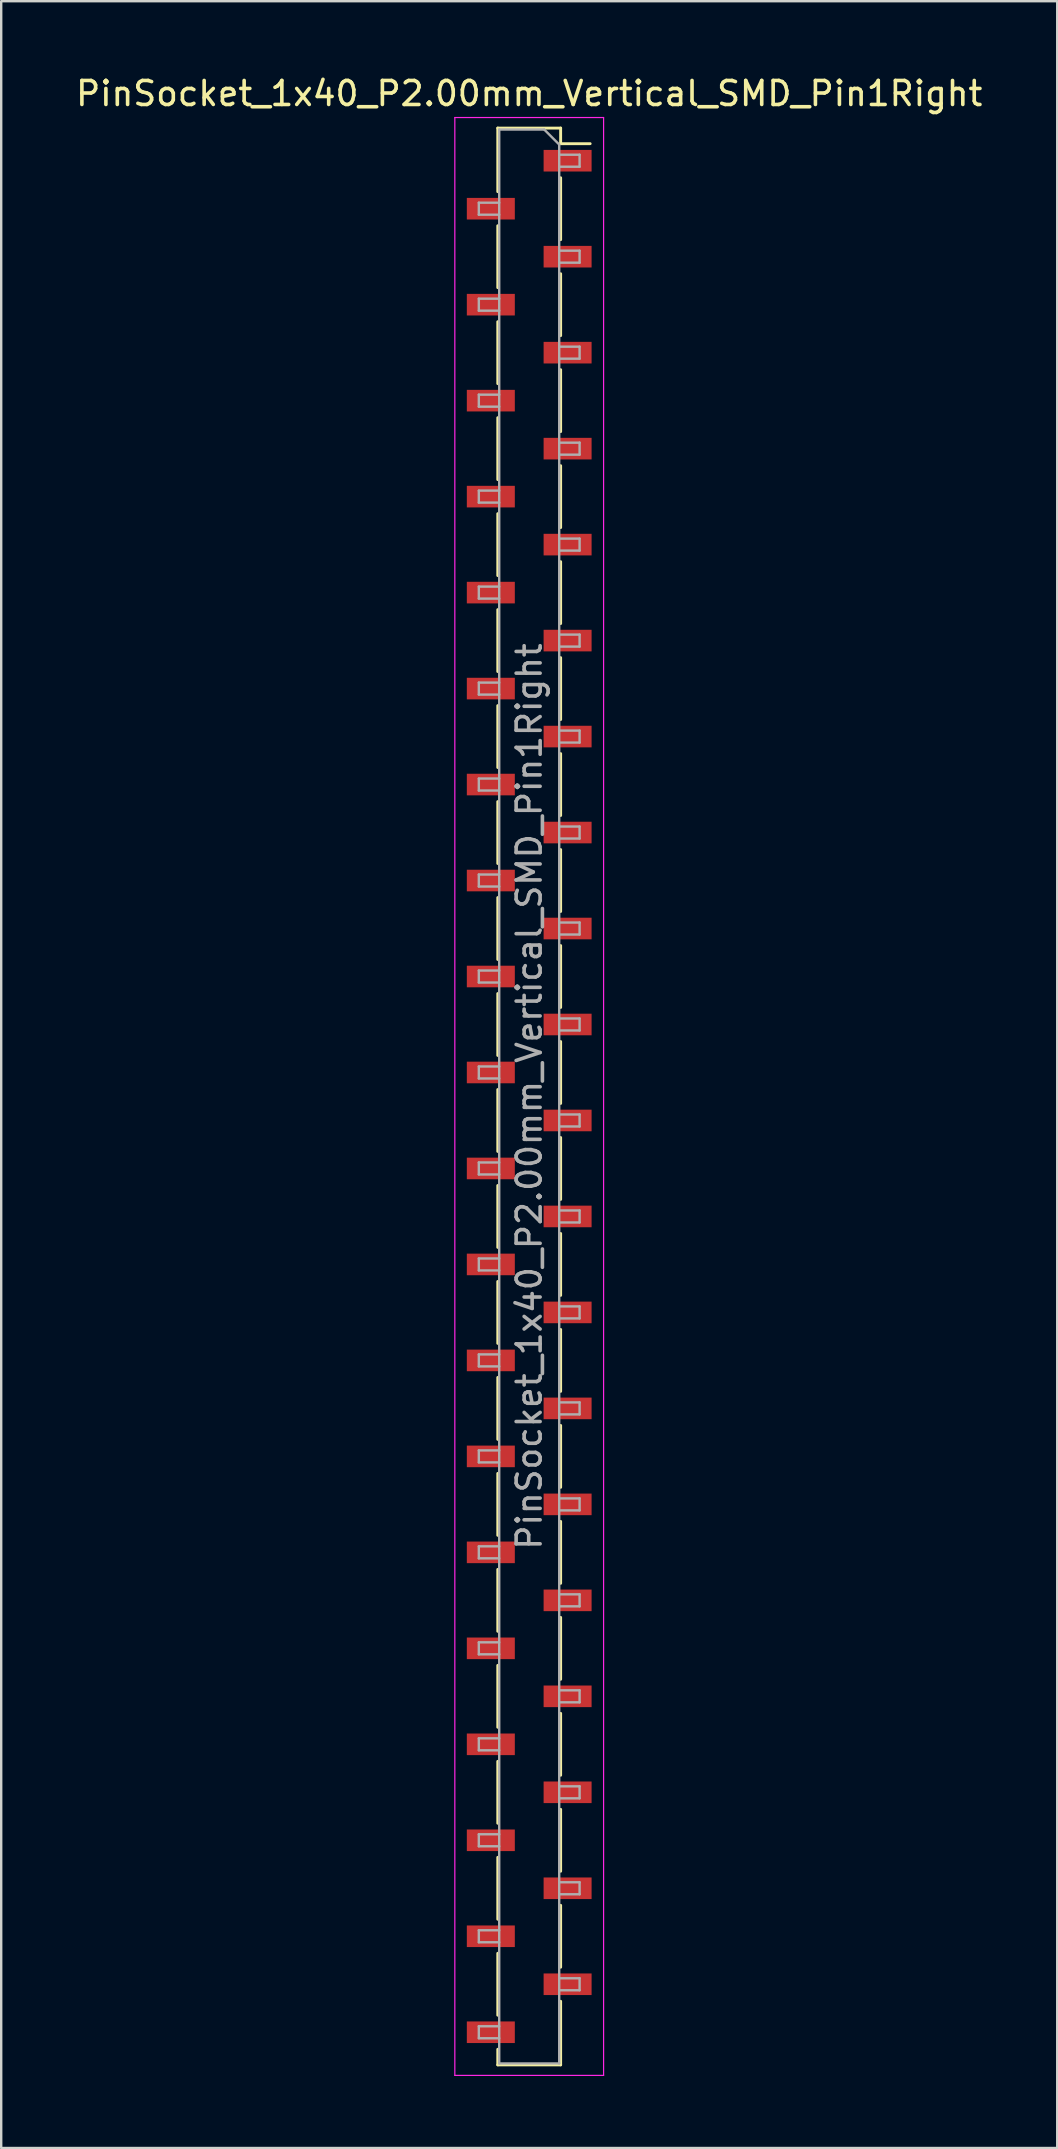
<source format=kicad_pcb>
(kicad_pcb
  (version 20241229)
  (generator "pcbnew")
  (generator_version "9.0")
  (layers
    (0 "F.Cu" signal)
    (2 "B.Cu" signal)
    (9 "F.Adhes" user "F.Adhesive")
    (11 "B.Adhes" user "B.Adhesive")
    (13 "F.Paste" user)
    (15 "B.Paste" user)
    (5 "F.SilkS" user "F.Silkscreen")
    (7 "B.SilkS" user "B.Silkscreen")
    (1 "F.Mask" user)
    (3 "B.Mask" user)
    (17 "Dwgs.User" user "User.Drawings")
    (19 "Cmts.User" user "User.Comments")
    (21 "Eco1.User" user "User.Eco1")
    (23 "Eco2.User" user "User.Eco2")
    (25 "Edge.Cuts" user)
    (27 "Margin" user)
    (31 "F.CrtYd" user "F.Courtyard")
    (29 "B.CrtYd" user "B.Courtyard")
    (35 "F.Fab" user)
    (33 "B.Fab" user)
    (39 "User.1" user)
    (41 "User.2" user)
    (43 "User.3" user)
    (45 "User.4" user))
  (footprint "PinSocket_1x40_P2.00mm_Vertical_SMD_Pin1Right"
    (layer "F.Cu")
    (at 19.006 42.648)
    (property "Reference" "PinSocket_1x40_P2.00mm_Vertical_SMD_Pin1Right" (at 0 -41.8 0) (layer "F.SilkS") (effects (font (size 1 1) (thickness 0.15))))
    (attr smd)
    (fp_line (start -1.31 -40.36) (end -1.31 -37.71) (stroke (width 0.12) (type solid)) (layer "F.SilkS"))
    (fp_line (start -1.31 -40.36) (end 1.31 -40.36) (stroke (width 0.12) (type solid)) (layer "F.SilkS"))
    (fp_line (start -1.31 -36.29) (end -1.31 -33.71) (stroke (width 0.12) (type solid)) (layer "F.SilkS"))
    (fp_line (start -1.31 -32.29) (end -1.31 -29.71) (stroke (width 0.12) (type solid)) (layer "F.SilkS"))
    (fp_line (start -1.31 -28.29) (end -1.31 -25.71) (stroke (width 0.12) (type solid)) (layer "F.SilkS"))
    (fp_line (start -1.31 -24.29) (end -1.31 -21.71) (stroke (width 0.12) (type solid)) (layer "F.SilkS"))
    (fp_line (start -1.31 -20.29) (end -1.31 -17.71) (stroke (width 0.12) (type solid)) (layer "F.SilkS"))
    (fp_line (start -1.31 -16.29) (end -1.31 -13.71) (stroke (width 0.12) (type solid)) (layer "F.SilkS"))
    (fp_line (start -1.31 -12.29) (end -1.31 -9.71) (stroke (width 0.12) (type solid)) (layer "F.SilkS"))
    (fp_line (start -1.31 -8.29) (end -1.31 -5.71) (stroke (width 0.12) (type solid)) (layer "F.SilkS"))
    (fp_line (start -1.31 -4.29) (end -1.31 -1.71) (stroke (width 0.12) (type solid)) (layer "F.SilkS"))
    (fp_line (start -1.31 -0.29) (end -1.31 2.29) (stroke (width 0.12) (type solid)) (layer "F.SilkS"))
    (fp_line (start -1.31 3.71) (end -1.31 6.29) (stroke (width 0.12) (type solid)) (layer "F.SilkS"))
    (fp_line (start -1.31 7.71) (end -1.31 10.29) (stroke (width 0.12) (type solid)) (layer "F.SilkS"))
    (fp_line (start -1.31 11.71) (end -1.31 14.29) (stroke (width 0.12) (type solid)) (layer "F.SilkS"))
    (fp_line (start -1.31 15.71) (end -1.31 18.29) (stroke (width 0.12) (type solid)) (layer "F.SilkS"))
    (fp_line (start -1.31 19.71) (end -1.31 22.29) (stroke (width 0.12) (type solid)) (layer "F.SilkS"))
    (fp_line (start -1.31 23.71) (end -1.31 26.29) (stroke (width 0.12) (type solid)) (layer "F.SilkS"))
    (fp_line (start -1.31 27.71) (end -1.31 30.29) (stroke (width 0.12) (type solid)) (layer "F.SilkS"))
    (fp_line (start -1.31 31.71) (end -1.31 34.29) (stroke (width 0.12) (type solid)) (layer "F.SilkS"))
    (fp_line (start -1.31 35.71) (end -1.31 38.29) (stroke (width 0.12) (type solid)) (layer "F.SilkS"))
    (fp_line (start -1.31 39.71) (end -1.31 40.36) (stroke (width 0.12) (type solid)) (layer "F.SilkS"))
    (fp_line (start -1.31 40.36) (end 1.31 40.36) (stroke (width 0.12) (type solid)) (layer "F.SilkS"))
    (fp_line (start 1.31 -40.36) (end 1.31 -39.71) (stroke (width 0.12) (type solid)) (layer "F.SilkS"))
    (fp_line (start 1.31 -39.71) (end 2.54 -39.71) (stroke (width 0.12) (type solid)) (layer "F.SilkS"))
    (fp_line (start 1.31 -38.29) (end 1.31 -35.71) (stroke (width 0.12) (type solid)) (layer "F.SilkS"))
    (fp_line (start 1.31 -34.29) (end 1.31 -31.71) (stroke (width 0.12) (type solid)) (layer "F.SilkS"))
    (fp_line (start 1.31 -30.29) (end 1.31 -27.71) (stroke (width 0.12) (type solid)) (layer "F.SilkS"))
    (fp_line (start 1.31 -26.29) (end 1.31 -23.71) (stroke (width 0.12) (type solid)) (layer "F.SilkS"))
    (fp_line (start 1.31 -22.29) (end 1.31 -19.71) (stroke (width 0.12) (type solid)) (layer "F.SilkS"))
    (fp_line (start 1.31 -18.29) (end 1.31 -15.71) (stroke (width 0.12) (type solid)) (layer "F.SilkS"))
    (fp_line (start 1.31 -14.29) (end 1.31 -11.71) (stroke (width 0.12) (type solid)) (layer "F.SilkS"))
    (fp_line (start 1.31 -10.29) (end 1.31 -7.71) (stroke (width 0.12) (type solid)) (layer "F.SilkS"))
    (fp_line (start 1.31 -6.29) (end 1.31 -3.71) (stroke (width 0.12) (type solid)) (layer "F.SilkS"))
    (fp_line (start 1.31 -2.29) (end 1.31 0.29) (stroke (width 0.12) (type solid)) (layer "F.SilkS"))
    (fp_line (start 1.31 1.71) (end 1.31 4.29) (stroke (width 0.12) (type solid)) (layer "F.SilkS"))
    (fp_line (start 1.31 5.71) (end 1.31 8.29) (stroke (width 0.12) (type solid)) (layer "F.SilkS"))
    (fp_line (start 1.31 9.71) (end 1.31 12.29) (stroke (width 0.12) (type solid)) (layer "F.SilkS"))
    (fp_line (start 1.31 13.71) (end 1.31 16.29) (stroke (width 0.12) (type solid)) (layer "F.SilkS"))
    (fp_line (start 1.31 17.71) (end 1.31 20.29) (stroke (width 0.12) (type solid)) (layer "F.SilkS"))
    (fp_line (start 1.31 21.71) (end 1.31 24.29) (stroke (width 0.12) (type solid)) (layer "F.SilkS"))
    (fp_line (start 1.31 25.71) (end 1.31 28.29) (stroke (width 0.12) (type solid)) (layer "F.SilkS"))
    (fp_line (start 1.31 29.71) (end 1.31 32.29) (stroke (width 0.12) (type solid)) (layer "F.SilkS"))
    (fp_line (start 1.31 33.71) (end 1.31 36.29) (stroke (width 0.12) (type solid)) (layer "F.SilkS"))
    (fp_line (start 1.31 37.71) (end 1.31 40.36) (stroke (width 0.12) (type solid)) (layer "F.SilkS"))
    (fp_line (start -3.1 -40.8) (end 3.1 -40.8) (stroke (width 0.05) (type solid)) (layer "F.CrtYd"))
    (fp_line (start -3.1 40.8) (end -3.1 -40.8) (stroke (width 0.05) (type solid)) (layer "F.CrtYd"))
    (fp_line (start 3.1 -40.8) (end 3.1 40.8) (stroke (width 0.05) (type solid)) (layer "F.CrtYd"))
    (fp_line (start 3.1 40.8) (end -3.1 40.8) (stroke (width 0.05) (type solid)) (layer "F.CrtYd"))
    (fp_line (start -2.1 -37.25) (end -1.25 -37.25) (stroke (width 0.1) (type solid)) (layer "F.Fab"))
    (fp_line (start -2.1 -36.75) (end -2.1 -37.25) (stroke (width 0.1) (type solid)) (layer "F.Fab"))
    (fp_line (start -2.1 -33.25) (end -1.25 -33.25) (stroke (width 0.1) (type solid)) (layer "F.Fab"))
    (fp_line (start -2.1 -32.75) (end -2.1 -33.25) (stroke (width 0.1) (type solid)) (layer "F.Fab"))
    (fp_line (start -2.1 -29.25) (end -1.25 -29.25) (stroke (width 0.1) (type solid)) (layer "F.Fab"))
    (fp_line (start -2.1 -28.75) (end -2.1 -29.25) (stroke (width 0.1) (type solid)) (layer "F.Fab"))
    (fp_line (start -2.1 -25.25) (end -1.25 -25.25) (stroke (width 0.1) (type solid)) (layer "F.Fab"))
    (fp_line (start -2.1 -24.75) (end -2.1 -25.25) (stroke (width 0.1) (type solid)) (layer "F.Fab"))
    (fp_line (start -2.1 -21.25) (end -1.25 -21.25) (stroke (width 0.1) (type solid)) (layer "F.Fab"))
    (fp_line (start -2.1 -20.75) (end -2.1 -21.25) (stroke (width 0.1) (type solid)) (layer "F.Fab"))
    (fp_line (start -2.1 -17.25) (end -1.25 -17.25) (stroke (width 0.1) (type solid)) (layer "F.Fab"))
    (fp_line (start -2.1 -16.75) (end -2.1 -17.25) (stroke (width 0.1) (type solid)) (layer "F.Fab"))
    (fp_line (start -2.1 -13.25) (end -1.25 -13.25) (stroke (width 0.1) (type solid)) (layer "F.Fab"))
    (fp_line (start -2.1 -12.75) (end -2.1 -13.25) (stroke (width 0.1) (type solid)) (layer "F.Fab"))
    (fp_line (start -2.1 -9.25) (end -1.25 -9.25) (stroke (width 0.1) (type solid)) (layer "F.Fab"))
    (fp_line (start -2.1 -8.75) (end -2.1 -9.25) (stroke (width 0.1) (type solid)) (layer "F.Fab"))
    (fp_line (start -2.1 -5.25) (end -1.25 -5.25) (stroke (width 0.1) (type solid)) (layer "F.Fab"))
    (fp_line (start -2.1 -4.75) (end -2.1 -5.25) (stroke (width 0.1) (type solid)) (layer "F.Fab"))
    (fp_line (start -2.1 -1.25) (end -1.25 -1.25) (stroke (width 0.1) (type solid)) (layer "F.Fab"))
    (fp_line (start -2.1 -0.75) (end -2.1 -1.25) (stroke (width 0.1) (type solid)) (layer "F.Fab"))
    (fp_line (start -2.1 2.75) (end -1.25 2.75) (stroke (width 0.1) (type solid)) (layer "F.Fab"))
    (fp_line (start -2.1 3.25) (end -2.1 2.75) (stroke (width 0.1) (type solid)) (layer "F.Fab"))
    (fp_line (start -2.1 6.75) (end -1.25 6.75) (stroke (width 0.1) (type solid)) (layer "F.Fab"))
    (fp_line (start -2.1 7.25) (end -2.1 6.75) (stroke (width 0.1) (type solid)) (layer "F.Fab"))
    (fp_line (start -2.1 10.75) (end -1.25 10.75) (stroke (width 0.1) (type solid)) (layer "F.Fab"))
    (fp_line (start -2.1 11.25) (end -2.1 10.75) (stroke (width 0.1) (type solid)) (layer "F.Fab"))
    (fp_line (start -2.1 14.75) (end -1.25 14.75) (stroke (width 0.1) (type solid)) (layer "F.Fab"))
    (fp_line (start -2.1 15.25) (end -2.1 14.75) (stroke (width 0.1) (type solid)) (layer "F.Fab"))
    (fp_line (start -2.1 18.75) (end -1.25 18.75) (stroke (width 0.1) (type solid)) (layer "F.Fab"))
    (fp_line (start -2.1 19.25) (end -2.1 18.75) (stroke (width 0.1) (type solid)) (layer "F.Fab"))
    (fp_line (start -2.1 22.75) (end -1.25 22.75) (stroke (width 0.1) (type solid)) (layer "F.Fab"))
    (fp_line (start -2.1 23.25) (end -2.1 22.75) (stroke (width 0.1) (type solid)) (layer "F.Fab"))
    (fp_line (start -2.1 26.75) (end -1.25 26.75) (stroke (width 0.1) (type solid)) (layer "F.Fab"))
    (fp_line (start -2.1 27.25) (end -2.1 26.75) (stroke (width 0.1) (type solid)) (layer "F.Fab"))
    (fp_line (start -2.1 30.75) (end -1.25 30.75) (stroke (width 0.1) (type solid)) (layer "F.Fab"))
    (fp_line (start -2.1 31.25) (end -2.1 30.75) (stroke (width 0.1) (type solid)) (layer "F.Fab"))
    (fp_line (start -2.1 34.75) (end -1.25 34.75) (stroke (width 0.1) (type solid)) (layer "F.Fab"))
    (fp_line (start -2.1 35.25) (end -2.1 34.75) (stroke (width 0.1) (type solid)) (layer "F.Fab"))
    (fp_line (start -2.1 38.75) (end -1.25 38.75) (stroke (width 0.1) (type solid)) (layer "F.Fab"))
    (fp_line (start -2.1 39.25) (end -2.1 38.75) (stroke (width 0.1) (type solid)) (layer "F.Fab"))
    (fp_line (start -1.25 -40.3) (end 0.625 -40.3) (stroke (width 0.1) (type solid)) (layer "F.Fab"))
    (fp_line (start -1.25 -36.75) (end -2.1 -36.75) (stroke (width 0.1) (type solid)) (layer "F.Fab"))
    (fp_line (start -1.25 -32.75) (end -2.1 -32.75) (stroke (width 0.1) (type solid)) (layer "F.Fab"))
    (fp_line (start -1.25 -28.75) (end -2.1 -28.75) (stroke (width 0.1) (type solid)) (layer "F.Fab"))
    (fp_line (start -1.25 -24.75) (end -2.1 -24.75) (stroke (width 0.1) (type solid)) (layer "F.Fab"))
    (fp_line (start -1.25 -20.75) (end -2.1 -20.75) (stroke (width 0.1) (type solid)) (layer "F.Fab"))
    (fp_line (start -1.25 -16.75) (end -2.1 -16.75) (stroke (width 0.1) (type solid)) (layer "F.Fab"))
    (fp_line (start -1.25 -12.75) (end -2.1 -12.75) (stroke (width 0.1) (type solid)) (layer "F.Fab"))
    (fp_line (start -1.25 -8.75) (end -2.1 -8.75) (stroke (width 0.1) (type solid)) (layer "F.Fab"))
    (fp_line (start -1.25 -4.75) (end -2.1 -4.75) (stroke (width 0.1) (type solid)) (layer "F.Fab"))
    (fp_line (start -1.25 -0.75) (end -2.1 -0.75) (stroke (width 0.1) (type solid)) (layer "F.Fab"))
    (fp_line (start -1.25 3.25) (end -2.1 3.25) (stroke (width 0.1) (type solid)) (layer "F.Fab"))
    (fp_line (start -1.25 7.25) (end -2.1 7.25) (stroke (width 0.1) (type solid)) (layer "F.Fab"))
    (fp_line (start -1.25 11.25) (end -2.1 11.25) (stroke (width 0.1) (type solid)) (layer "F.Fab"))
    (fp_line (start -1.25 15.25) (end -2.1 15.25) (stroke (width 0.1) (type solid)) (layer "F.Fab"))
    (fp_line (start -1.25 19.25) (end -2.1 19.25) (stroke (width 0.1) (type solid)) (layer "F.Fab"))
    (fp_line (start -1.25 23.25) (end -2.1 23.25) (stroke (width 0.1) (type solid)) (layer "F.Fab"))
    (fp_line (start -1.25 27.25) (end -2.1 27.25) (stroke (width 0.1) (type solid)) (layer "F.Fab"))
    (fp_line (start -1.25 31.25) (end -2.1 31.25) (stroke (width 0.1) (type solid)) (layer "F.Fab"))
    (fp_line (start -1.25 35.25) (end -2.1 35.25) (stroke (width 0.1) (type solid)) (layer "F.Fab"))
    (fp_line (start -1.25 39.25) (end -2.1 39.25) (stroke (width 0.1) (type solid)) (layer "F.Fab"))
    (fp_line (start -1.25 40.3) (end -1.25 -40.3) (stroke (width 0.1) (type solid)) (layer "F.Fab"))
    (fp_line (start 0.625 -40.3) (end 1.25 -39.675) (stroke (width 0.1) (type solid)) (layer "F.Fab"))
    (fp_line (start 1.25 -39.675) (end 1.25 40.3) (stroke (width 0.1) (type solid)) (layer "F.Fab"))
    (fp_line (start 1.25 -39.25) (end 2.1 -39.25) (stroke (width 0.1) (type solid)) (layer "F.Fab"))
    (fp_line (start 1.25 -35.25) (end 2.1 -35.25) (stroke (width 0.1) (type solid)) (layer "F.Fab"))
    (fp_line (start 1.25 -31.25) (end 2.1 -31.25) (stroke (width 0.1) (type solid)) (layer "F.Fab"))
    (fp_line (start 1.25 -27.25) (end 2.1 -27.25) (stroke (width 0.1) (type solid)) (layer "F.Fab"))
    (fp_line (start 1.25 -23.25) (end 2.1 -23.25) (stroke (width 0.1) (type solid)) (layer "F.Fab"))
    (fp_line (start 1.25 -19.25) (end 2.1 -19.25) (stroke (width 0.1) (type solid)) (layer "F.Fab"))
    (fp_line (start 1.25 -15.25) (end 2.1 -15.25) (stroke (width 0.1) (type solid)) (layer "F.Fab"))
    (fp_line (start 1.25 -11.25) (end 2.1 -11.25) (stroke (width 0.1) (type solid)) (layer "F.Fab"))
    (fp_line (start 1.25 -7.25) (end 2.1 -7.25) (stroke (width 0.1) (type solid)) (layer "F.Fab"))
    (fp_line (start 1.25 -3.25) (end 2.1 -3.25) (stroke (width 0.1) (type solid)) (layer "F.Fab"))
    (fp_line (start 1.25 0.75) (end 2.1 0.75) (stroke (width 0.1) (type solid)) (layer "F.Fab"))
    (fp_line (start 1.25 4.75) (end 2.1 4.75) (stroke (width 0.1) (type solid)) (layer "F.Fab"))
    (fp_line (start 1.25 8.75) (end 2.1 8.75) (stroke (width 0.1) (type solid)) (layer "F.Fab"))
    (fp_line (start 1.25 12.75) (end 2.1 12.75) (stroke (width 0.1) (type solid)) (layer "F.Fab"))
    (fp_line (start 1.25 16.75) (end 2.1 16.75) (stroke (width 0.1) (type solid)) (layer "F.Fab"))
    (fp_line (start 1.25 20.75) (end 2.1 20.75) (stroke (width 0.1) (type solid)) (layer "F.Fab"))
    (fp_line (start 1.25 24.75) (end 2.1 24.75) (stroke (width 0.1) (type solid)) (layer "F.Fab"))
    (fp_line (start 1.25 28.75) (end 2.1 28.75) (stroke (width 0.1) (type solid)) (layer "F.Fab"))
    (fp_line (start 1.25 32.75) (end 2.1 32.75) (stroke (width 0.1) (type solid)) (layer "F.Fab"))
    (fp_line (start 1.25 36.75) (end 2.1 36.75) (stroke (width 0.1) (type solid)) (layer "F.Fab"))
    (fp_line (start 1.25 40.3) (end -1.25 40.3) (stroke (width 0.1) (type solid)) (layer "F.Fab"))
    (fp_line (start 2.1 -39.25) (end 2.1 -38.75) (stroke (width 0.1) (type solid)) (layer "F.Fab"))
    (fp_line (start 2.1 -38.75) (end 1.25 -38.75) (stroke (width 0.1) (type solid)) (layer "F.Fab"))
    (fp_line (start 2.1 -35.25) (end 2.1 -34.75) (stroke (width 0.1) (type solid)) (layer "F.Fab"))
    (fp_line (start 2.1 -34.75) (end 1.25 -34.75) (stroke (width 0.1) (type solid)) (layer "F.Fab"))
    (fp_line (start 2.1 -31.25) (end 2.1 -30.75) (stroke (width 0.1) (type solid)) (layer "F.Fab"))
    (fp_line (start 2.1 -30.75) (end 1.25 -30.75) (stroke (width 0.1) (type solid)) (layer "F.Fab"))
    (fp_line (start 2.1 -27.25) (end 2.1 -26.75) (stroke (width 0.1) (type solid)) (layer "F.Fab"))
    (fp_line (start 2.1 -26.75) (end 1.25 -26.75) (stroke (width 0.1) (type solid)) (layer "F.Fab"))
    (fp_line (start 2.1 -23.25) (end 2.1 -22.75) (stroke (width 0.1) (type solid)) (layer "F.Fab"))
    (fp_line (start 2.1 -22.75) (end 1.25 -22.75) (stroke (width 0.1) (type solid)) (layer "F.Fab"))
    (fp_line (start 2.1 -19.25) (end 2.1 -18.75) (stroke (width 0.1) (type solid)) (layer "F.Fab"))
    (fp_line (start 2.1 -18.75) (end 1.25 -18.75) (stroke (width 0.1) (type solid)) (layer "F.Fab"))
    (fp_line (start 2.1 -15.25) (end 2.1 -14.75) (stroke (width 0.1) (type solid)) (layer "F.Fab"))
    (fp_line (start 2.1 -14.75) (end 1.25 -14.75) (stroke (width 0.1) (type solid)) (layer "F.Fab"))
    (fp_line (start 2.1 -11.25) (end 2.1 -10.75) (stroke (width 0.1) (type solid)) (layer "F.Fab"))
    (fp_line (start 2.1 -10.75) (end 1.25 -10.75) (stroke (width 0.1) (type solid)) (layer "F.Fab"))
    (fp_line (start 2.1 -7.25) (end 2.1 -6.75) (stroke (width 0.1) (type solid)) (layer "F.Fab"))
    (fp_line (start 2.1 -6.75) (end 1.25 -6.75) (stroke (width 0.1) (type solid)) (layer "F.Fab"))
    (fp_line (start 2.1 -3.25) (end 2.1 -2.75) (stroke (width 0.1) (type solid)) (layer "F.Fab"))
    (fp_line (start 2.1 -2.75) (end 1.25 -2.75) (stroke (width 0.1) (type solid)) (layer "F.Fab"))
    (fp_line (start 2.1 0.75) (end 2.1 1.25) (stroke (width 0.1) (type solid)) (layer "F.Fab"))
    (fp_line (start 2.1 1.25) (end 1.25 1.25) (stroke (width 0.1) (type solid)) (layer "F.Fab"))
    (fp_line (start 2.1 4.75) (end 2.1 5.25) (stroke (width 0.1) (type solid)) (layer "F.Fab"))
    (fp_line (start 2.1 5.25) (end 1.25 5.25) (stroke (width 0.1) (type solid)) (layer "F.Fab"))
    (fp_line (start 2.1 8.75) (end 2.1 9.25) (stroke (width 0.1) (type solid)) (layer "F.Fab"))
    (fp_line (start 2.1 9.25) (end 1.25 9.25) (stroke (width 0.1) (type solid)) (layer "F.Fab"))
    (fp_line (start 2.1 12.75) (end 2.1 13.25) (stroke (width 0.1) (type solid)) (layer "F.Fab"))
    (fp_line (start 2.1 13.25) (end 1.25 13.25) (stroke (width 0.1) (type solid)) (layer "F.Fab"))
    (fp_line (start 2.1 16.75) (end 2.1 17.25) (stroke (width 0.1) (type solid)) (layer "F.Fab"))
    (fp_line (start 2.1 17.25) (end 1.25 17.25) (stroke (width 0.1) (type solid)) (layer "F.Fab"))
    (fp_line (start 2.1 20.75) (end 2.1 21.25) (stroke (width 0.1) (type solid)) (layer "F.Fab"))
    (fp_line (start 2.1 21.25) (end 1.25 21.25) (stroke (width 0.1) (type solid)) (layer "F.Fab"))
    (fp_line (start 2.1 24.75) (end 2.1 25.25) (stroke (width 0.1) (type solid)) (layer "F.Fab"))
    (fp_line (start 2.1 25.25) (end 1.25 25.25) (stroke (width 0.1) (type solid)) (layer "F.Fab"))
    (fp_line (start 2.1 28.75) (end 2.1 29.25) (stroke (width 0.1) (type solid)) (layer "F.Fab"))
    (fp_line (start 2.1 29.25) (end 1.25 29.25) (stroke (width 0.1) (type solid)) (layer "F.Fab"))
    (fp_line (start 2.1 32.75) (end 2.1 33.25) (stroke (width 0.1) (type solid)) (layer "F.Fab"))
    (fp_line (start 2.1 33.25) (end 1.25 33.25) (stroke (width 0.1) (type solid)) (layer "F.Fab"))
    (fp_line (start 2.1 36.75) (end 2.1 37.25) (stroke (width 0.1) (type solid)) (layer "F.Fab"))
    (fp_line (start 2.1 37.25) (end 1.25 37.25) (stroke (width 0.1) (type solid)) (layer "F.Fab"))
    (fp_text user "${REFERENCE}" (at 0 0 90) (layer "F.Fab") (effects (font (size 1 1) (thickness 0.15))))
    (pad "1" smd rect (at 1.6 -39) (size 2 0.9) (layers "F.Cu" "F.Mask" "F.Paste"))
    (pad "2" smd rect (at -1.6 -37) (size 2 0.9) (layers "F.Cu" "F.Mask" "F.Paste"))
    (pad "3" smd rect (at 1.6 -35) (size 2 0.9) (layers "F.Cu" "F.Mask" "F.Paste"))
    (pad "4" smd rect (at -1.6 -33) (size 2 0.9) (layers "F.Cu" "F.Mask" "F.Paste"))
    (pad "5" smd rect (at 1.6 -31) (size 2 0.9) (layers "F.Cu" "F.Mask" "F.Paste"))
    (pad "6" smd rect (at -1.6 -29) (size 2 0.9) (layers "F.Cu" "F.Mask" "F.Paste"))
    (pad "7" smd rect (at 1.6 -27) (size 2 0.9) (layers "F.Cu" "F.Mask" "F.Paste"))
    (pad "8" smd rect (at -1.6 -25) (size 2 0.9) (layers "F.Cu" "F.Mask" "F.Paste"))
    (pad "9" smd rect (at 1.6 -23) (size 2 0.9) (layers "F.Cu" "F.Mask" "F.Paste"))
    (pad "10" smd rect (at -1.6 -21) (size 2 0.9) (layers "F.Cu" "F.Mask" "F.Paste"))
    (pad "11" smd rect (at 1.6 -19) (size 2 0.9) (layers "F.Cu" "F.Mask" "F.Paste"))
    (pad "12" smd rect (at -1.6 -17) (size 2 0.9) (layers "F.Cu" "F.Mask" "F.Paste"))
    (pad "13" smd rect (at 1.6 -15) (size 2 0.9) (layers "F.Cu" "F.Mask" "F.Paste"))
    (pad "14" smd rect (at -1.6 -13) (size 2 0.9) (layers "F.Cu" "F.Mask" "F.Paste"))
    (pad "15" smd rect (at 1.6 -11) (size 2 0.9) (layers "F.Cu" "F.Mask" "F.Paste"))
    (pad "16" smd rect (at -1.6 -9) (size 2 0.9) (layers "F.Cu" "F.Mask" "F.Paste"))
    (pad "17" smd rect (at 1.6 -7) (size 2 0.9) (layers "F.Cu" "F.Mask" "F.Paste"))
    (pad "18" smd rect (at -1.6 -5) (size 2 0.9) (layers "F.Cu" "F.Mask" "F.Paste"))
    (pad "19" smd rect (at 1.6 -3) (size 2 0.9) (layers "F.Cu" "F.Mask" "F.Paste"))
    (pad "20" smd rect (at -1.6 -1) (size 2 0.9) (layers "F.Cu" "F.Mask" "F.Paste"))
    (pad "21" smd rect (at 1.6 1) (size 2 0.9) (layers "F.Cu" "F.Mask" "F.Paste"))
    (pad "22" smd rect (at -1.6 3) (size 2 0.9) (layers "F.Cu" "F.Mask" "F.Paste"))
    (pad "23" smd rect (at 1.6 5) (size 2 0.9) (layers "F.Cu" "F.Mask" "F.Paste"))
    (pad "24" smd rect (at -1.6 7) (size 2 0.9) (layers "F.Cu" "F.Mask" "F.Paste"))
    (pad "25" smd rect (at 1.6 9) (size 2 0.9) (layers "F.Cu" "F.Mask" "F.Paste"))
    (pad "26" smd rect (at -1.6 11) (size 2 0.9) (layers "F.Cu" "F.Mask" "F.Paste"))
    (pad "27" smd rect (at 1.6 13) (size 2 0.9) (layers "F.Cu" "F.Mask" "F.Paste"))
    (pad "28" smd rect (at -1.6 15) (size 2 0.9) (layers "F.Cu" "F.Mask" "F.Paste"))
    (pad "29" smd rect (at 1.6 17) (size 2 0.9) (layers "F.Cu" "F.Mask" "F.Paste"))
    (pad "30" smd rect (at -1.6 19) (size 2 0.9) (layers "F.Cu" "F.Mask" "F.Paste"))
    (pad "31" smd rect (at 1.6 21) (size 2 0.9) (layers "F.Cu" "F.Mask" "F.Paste"))
    (pad "32" smd rect (at -1.6 23) (size 2 0.9) (layers "F.Cu" "F.Mask" "F.Paste"))
    (pad "33" smd rect (at 1.6 25) (size 2 0.9) (layers "F.Cu" "F.Mask" "F.Paste"))
    (pad "34" smd rect (at -1.6 27) (size 2 0.9) (layers "F.Cu" "F.Mask" "F.Paste"))
    (pad "35" smd rect (at 1.6 29) (size 2 0.9) (layers "F.Cu" "F.Mask" "F.Paste"))
    (pad "36" smd rect (at -1.6 31) (size 2 0.9) (layers "F.Cu" "F.Mask" "F.Paste"))
    (pad "37" smd rect (at 1.6 33) (size 2 0.9) (layers "F.Cu" "F.Mask" "F.Paste"))
    (pad "38" smd rect (at -1.6 35) (size 2 0.9) (layers "F.Cu" "F.Mask" "F.Paste"))
    (pad "39" smd rect (at 1.6 37) (size 2 0.9) (layers "F.Cu" "F.Mask" "F.Paste"))
    (pad "40" smd rect (at -1.6 39) (size 2 0.9) (layers "F.Cu" "F.Mask" "F.Paste")))
  (gr_rect
    (start -3 -3)
    (end 41.012 86.473)
    (stroke (width 0.1) (type default))
    (fill no)
    (layer "Edge.Cuts")))
</source>
